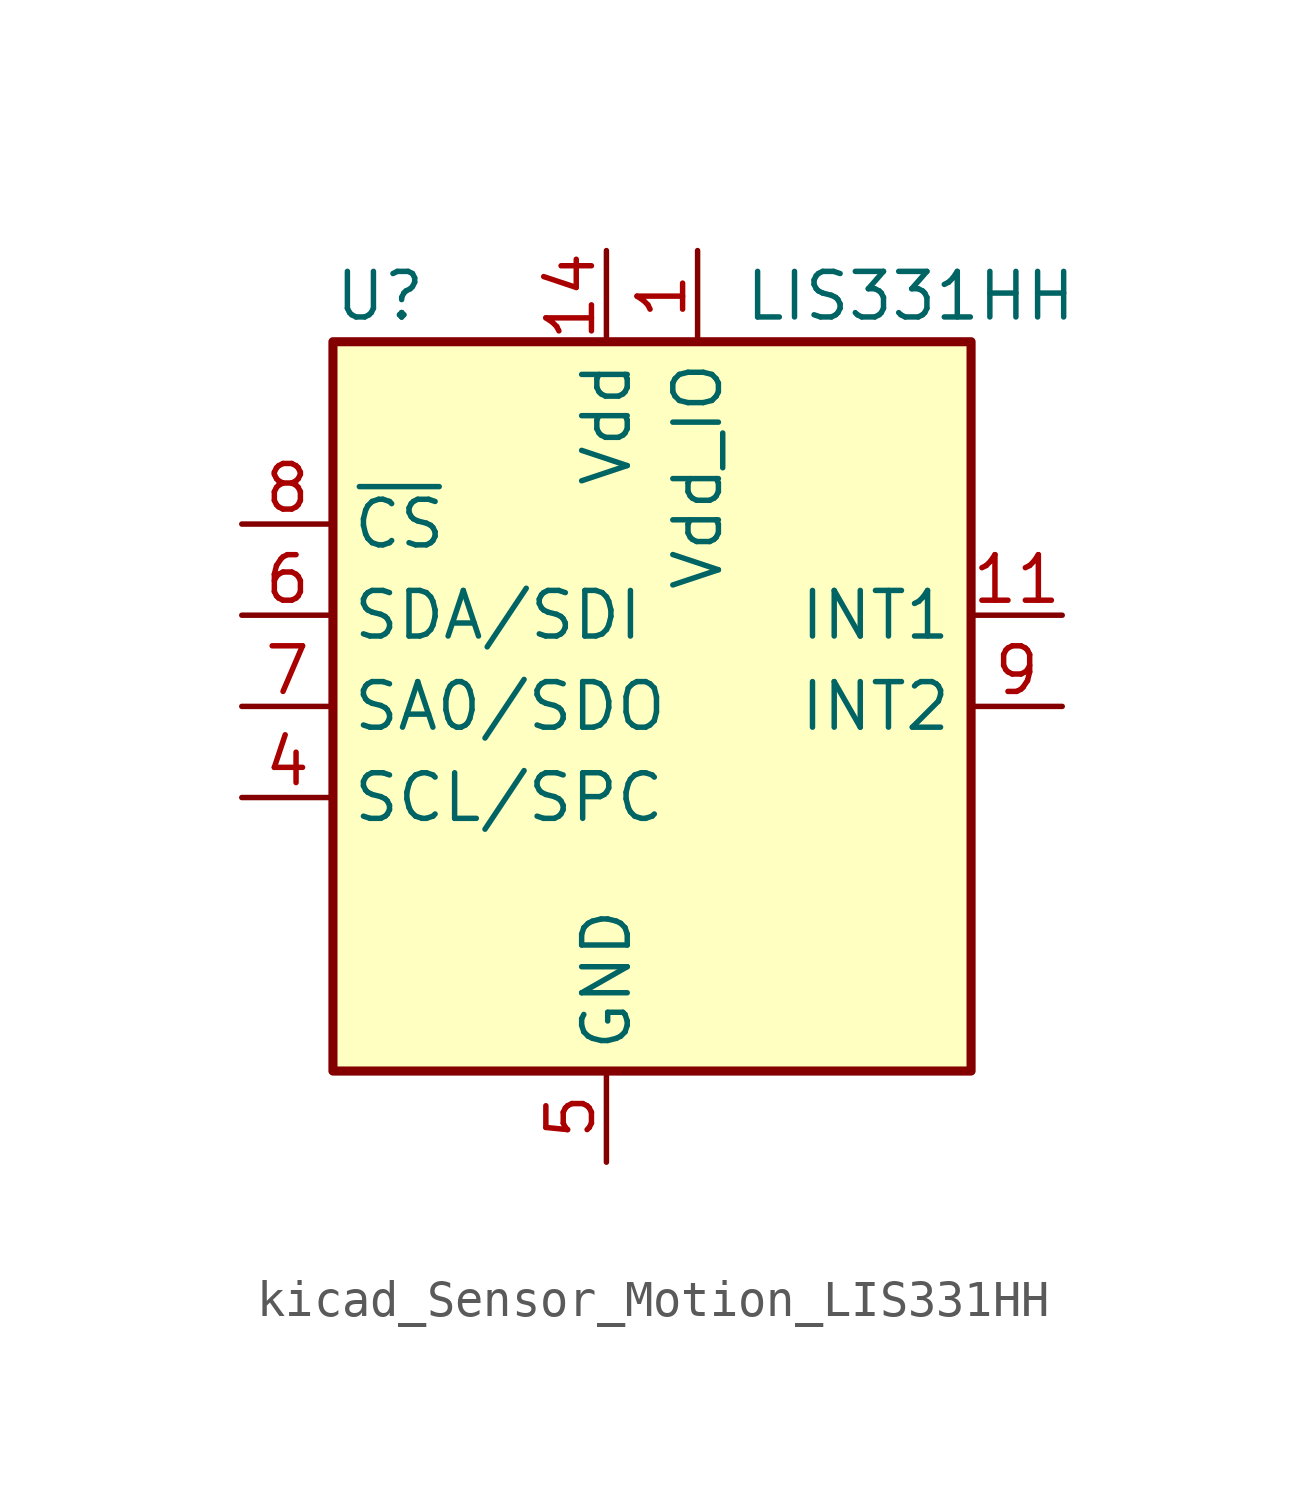
<source format=kicad_sym>
(kicad_symbol_lib
  (version 20220914)
  (generator kicad_symbol_editor)
  (symbol "kicad_Sensor_Motion_LIS331HH"
    (property "Reference" "U"
      (at -7.62 11.43 0)
      (effects (font (size 1.27 1.27)) (justify left)))
    (property "Value" "LIS331HH"
      (at 3.81 11.43 0)
      (effects (font (size 1.27 1.27)) (justify left)))
    (symbol "kicad_Sensor_Motion_LIS331HH_0_1"
      (rectangle (start -7.62 10.16) (end 10.16 -10.16) (stroke (width 0.254) (type default)) (fill (type background))))
    (symbol "kicad_Sensor_Motion_LIS331HH_1_1"
      (pin power_in line (at 2.54 12.7 270) (length 2.54) (name "Vdd_IO" (effects (font (size 1.27 1.27)))) (number "1" (effects (font (size 1.27 1.27)))))
      (pin passive line (at 0 -12.7 90) (length 2.54) hide (name "GND" (effects (font (size 1.27 1.27)))) (number "10" (effects (font (size 1.27 1.27)))))
      (pin output line (at 12.7 2.54 180) (length 2.54) (name "INT1" (effects (font (size 1.27 1.27)))) (number "11" (effects (font (size 1.27 1.27)))))
      (pin passive line (at 0 -12.7 90) (length 2.54) hide (name "GND" (effects (font (size 1.27 1.27)))) (number "12" (effects (font (size 1.27 1.27)))))
      (pin passive line (at 0 -12.7 90) (length 2.54) hide (name "GND" (effects (font (size 1.27 1.27)))) (number "13" (effects (font (size 1.27 1.27)))))
      (pin power_in line (at 0 12.7 270) (length 2.54) (name "Vdd" (effects (font (size 1.27 1.27)))) (number "14" (effects (font (size 1.27 1.27)))))
      (pin passive line (at 0 12.7 270) (length 2.54) hide (name "Vdd" (effects (font (size 1.27 1.27)))) (number "15" (effects (font (size 1.27 1.27)))))
      (pin passive line (at 0 -12.7 90) (length 2.54) hide (name "GND" (effects (font (size 1.27 1.27)))) (number "16" (effects (font (size 1.27 1.27)))))
      (pin no_connect line (at 10.16 -2.54 180) (length 2.54) hide (name "NC" (effects (font (size 1.27 1.27)))) (number "2" (effects (font (size 1.27 1.27)))))
      (pin no_connect line (at 10.16 -5.08 180) (length 2.54) hide (name "NC" (effects (font (size 1.27 1.27)))) (number "3" (effects (font (size 1.27 1.27)))))
      (pin input line (at -10.16 -2.54 0) (length 2.54) (name "SCL/SPC" (effects (font (size 1.27 1.27)))) (number "4" (effects (font (size 1.27 1.27)))))
      (pin power_in line (at 0 -12.7 90) (length 2.54) (name "GND" (effects (font (size 1.27 1.27)))) (number "5" (effects (font (size 1.27 1.27)))))
      (pin bidirectional line (at -10.16 2.54 0) (length 2.54) (name "SDA/SDI" (effects (font (size 1.27 1.27)))) (number "6" (effects (font (size 1.27 1.27)))))
      (pin output line (at -10.16 0 0) (length 2.54) (name "SA0/SDO" (effects (font (size 1.27 1.27)))) (number "7" (effects (font (size 1.27 1.27)))))
      (pin input line (at -10.16 5.08 0) (length 2.54) (name "~{CS}" (effects (font (size 1.27 1.27)))) (number "8" (effects (font (size 1.27 1.27)))))
      (pin output line (at 12.7 0 180) (length 2.54) (name "INT2" (effects (font (size 1.27 1.27)))) (number "9" (effects (font (size 1.27 1.27))))))))
</source>
